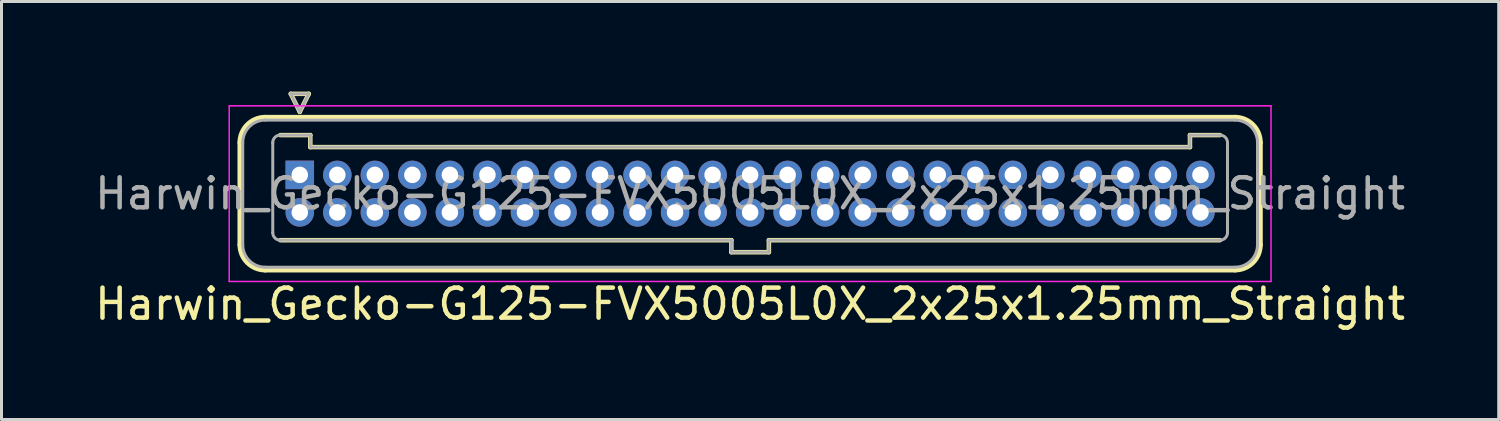
<source format=kicad_pcb>
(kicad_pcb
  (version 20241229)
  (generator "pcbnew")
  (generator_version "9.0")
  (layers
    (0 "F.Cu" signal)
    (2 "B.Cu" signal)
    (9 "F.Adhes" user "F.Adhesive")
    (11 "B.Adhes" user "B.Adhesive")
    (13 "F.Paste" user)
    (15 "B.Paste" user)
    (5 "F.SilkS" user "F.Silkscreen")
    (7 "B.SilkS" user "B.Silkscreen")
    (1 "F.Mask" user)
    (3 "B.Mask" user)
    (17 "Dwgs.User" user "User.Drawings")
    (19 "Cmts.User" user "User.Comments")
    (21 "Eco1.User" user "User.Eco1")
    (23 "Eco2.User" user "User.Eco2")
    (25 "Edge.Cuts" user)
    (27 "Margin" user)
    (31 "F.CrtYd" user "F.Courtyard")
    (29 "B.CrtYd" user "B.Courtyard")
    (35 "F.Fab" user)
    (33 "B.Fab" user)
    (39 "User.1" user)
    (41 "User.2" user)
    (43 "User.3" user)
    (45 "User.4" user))
  (footprint "Harwin_Gecko-G125-FVX5005L0X_2x25x1.25mm_Straight"
    (layer "F.Cu")
    (at 6.935 2.775)
    (property "Reference" "Harwin_Gecko-G125-FVX5005L0X_2x25x1.25mm_Straight" (at 15 4.3 0) (layer "F.SilkS") (effects (font (size 1 1) (thickness 0.15))))
    (attr through_hole)
    (fp_line (start -2 -1.075) (end -2 2.325) (stroke (width 0.15) (type solid)) (layer "F.SilkS"))
    (fp_line (start -1.15 -1.925) (end 31.15 -1.925) (stroke (width 0.15) (type solid)) (layer "F.SilkS"))
    (fp_line (start -1.15 3.175) (end 31.15 3.175) (stroke (width 0.15) (type solid)) (layer "F.SilkS"))
    (fp_line (start -0.65 -1.325) (end 0.35 -1.325) (stroke (width 0.15) (type solid)) (layer "F.SilkS"))
    (fp_line (start -0.65 2.175) (end 14.375 2.175) (stroke (width 0.15) (type solid)) (layer "F.SilkS"))
    (fp_line (start -0.3 -2.7) (end 0.3 -2.7) (stroke (width 0.15) (type solid)) (layer "F.SilkS"))
    (fp_line (start 0 -2.1) (end -0.3 -2.7) (stroke (width 0.15) (type solid)) (layer "F.SilkS"))
    (fp_line (start 0.3 -2.7) (end 0 -2.1) (stroke (width 0.15) (type solid)) (layer "F.SilkS"))
    (fp_line (start 0.35 -1.325) (end 0.35 -0.925) (stroke (width 0.15) (type solid)) (layer "F.SilkS"))
    (fp_line (start 0.35 -0.925) (end 29.65 -0.925) (stroke (width 0.15) (type solid)) (layer "F.SilkS"))
    (fp_line (start 14.375 2.175) (end 14.375 2.575) (stroke (width 0.15) (type solid)) (layer "F.SilkS"))
    (fp_line (start 14.375 2.575) (end 15.625 2.575) (stroke (width 0.15) (type solid)) (layer "F.SilkS"))
    (fp_line (start 15.625 2.175) (end 30.65 2.175) (stroke (width 0.15) (type solid)) (layer "F.SilkS"))
    (fp_line (start 15.625 2.575) (end 15.625 2.175) (stroke (width 0.15) (type solid)) (layer "F.SilkS"))
    (fp_line (start 29.65 -1.325) (end 30.65 -1.325) (stroke (width 0.15) (type solid)) (layer "F.SilkS"))
    (fp_line (start 29.65 -0.925) (end 29.65 -1.325) (stroke (width 0.15) (type solid)) (layer "F.SilkS"))
    (fp_line (start 32 -1.075) (end 32 2.325) (stroke (width 0.15) (type solid)) (layer "F.SilkS"))
    (fp_arc (start -2 -1.075) (mid -1.751041 -1.676041) (end -1.15 -1.925) (stroke (width 0.15) (type solid)) (layer "F.SilkS"))
    (fp_arc (start -1.15 3.175) (mid -1.751041 2.926041) (end -2 2.325) (stroke (width 0.15) (type solid)) (layer "F.SilkS"))
    (fp_arc (start 31.15 -1.925) (mid 31.751041 -1.676041) (end 32 -1.075) (stroke (width 0.15) (type solid)) (layer "F.SilkS"))
    (fp_arc (start 32 2.325) (mid 31.751041 2.926041) (end 31.15 3.175) (stroke (width 0.15) (type solid)) (layer "F.SilkS"))
    (fp_line (start -2.35 -2.3) (end -2.35 3.55) (stroke (width 0.05) (type solid)) (layer "F.CrtYd"))
    (fp_line (start -2.35 3.55) (end 32.35 3.55) (stroke (width 0.05) (type solid)) (layer "F.CrtYd"))
    (fp_line (start 32.35 -2.3) (end -2.35 -2.3) (stroke (width 0.05) (type solid)) (layer "F.CrtYd"))
    (fp_line (start 32.35 3.55) (end 32.35 -2.3) (stroke (width 0.05) (type solid)) (layer "F.CrtYd"))
    (fp_line (start -1.9 -1.075) (end -1.9 2.325) (stroke (width 0.1) (type solid)) (layer "F.Fab"))
    (fp_line (start -1.15 -1.825) (end 31.15 -1.825) (stroke (width 0.1) (type solid)) (layer "F.Fab"))
    (fp_line (start -1.15 3.075) (end 31.15 3.075) (stroke (width 0.1) (type solid)) (layer "F.Fab"))
    (fp_line (start -0.9 -1.075) (end -0.9 1.925) (stroke (width 0.1) (type solid)) (layer "F.Fab"))
    (fp_line (start -0.65 -1.325) (end 0.35 -1.325) (stroke (width 0.1) (type solid)) (layer "F.Fab"))
    (fp_line (start -0.65 2.175) (end 14.375 2.175) (stroke (width 0.1) (type solid)) (layer "F.Fab"))
    (fp_line (start -0.3 -2.7) (end 0.3 -2.7) (stroke (width 0.1) (type solid)) (layer "F.Fab"))
    (fp_line (start 0 -2.1) (end -0.3 -2.7) (stroke (width 0.1) (type solid)) (layer "F.Fab"))
    (fp_line (start 0.3 -2.7) (end 0 -2.1) (stroke (width 0.1) (type solid)) (layer "F.Fab"))
    (fp_line (start 0.35 -1.325) (end 0.35 -0.925) (stroke (width 0.1) (type solid)) (layer "F.Fab"))
    (fp_line (start 0.35 -0.925) (end 29.65 -0.925) (stroke (width 0.1) (type solid)) (layer "F.Fab"))
    (fp_line (start 14.375 2.175) (end 14.375 2.575) (stroke (width 0.1) (type solid)) (layer "F.Fab"))
    (fp_line (start 14.375 2.575) (end 15.625 2.575) (stroke (width 0.1) (type solid)) (layer "F.Fab"))
    (fp_line (start 15.625 2.175) (end 30.65 2.175) (stroke (width 0.1) (type solid)) (layer "F.Fab"))
    (fp_line (start 15.625 2.575) (end 15.625 2.175) (stroke (width 0.1) (type solid)) (layer "F.Fab"))
    (fp_line (start 29.65 -1.325) (end 30.65 -1.325) (stroke (width 0.1) (type solid)) (layer "F.Fab"))
    (fp_line (start 29.65 -0.925) (end 29.65 -1.325) (stroke (width 0.1) (type solid)) (layer "F.Fab"))
    (fp_line (start 30.9 -1.075) (end 30.9 1.925) (stroke (width 0.1) (type solid)) (layer "F.Fab"))
    (fp_line (start 31.9 -1.075) (end 31.9 2.325) (stroke (width 0.1) (type solid)) (layer "F.Fab"))
    (fp_arc (start -1.9 -1.075) (mid -1.68033 -1.60533) (end -1.15 -1.825) (stroke (width 0.1) (type solid)) (layer "F.Fab"))
    (fp_arc (start -1.15 3.075) (mid -1.68033 2.85533) (end -1.9 2.325) (stroke (width 0.1) (type solid)) (layer "F.Fab"))
    (fp_arc (start -0.9 -1.075) (mid -0.826777 -1.251777) (end -0.65 -1.325) (stroke (width 0.1) (type solid)) (layer "F.Fab"))
    (fp_arc (start -0.65 2.175) (mid -0.826777 2.101777) (end -0.9 1.925) (stroke (width 0.1) (type solid)) (layer "F.Fab"))
    (fp_arc (start 30.65 -1.325) (mid 30.826777 -1.251777) (end 30.9 -1.075) (stroke (width 0.1) (type solid)) (layer "F.Fab"))
    (fp_arc (start 30.9 1.925) (mid 30.826777 2.101777) (end 30.65 2.175) (stroke (width 0.1) (type solid)) (layer "F.Fab"))
    (fp_arc (start 31.15 -1.825) (mid 31.68033 -1.60533) (end 31.9 -1.075) (stroke (width 0.1) (type solid)) (layer "F.Fab"))
    (fp_arc (start 31.9 2.325) (mid 31.68033 2.85533) (end 31.15 3.075) (stroke (width 0.1) (type solid)) (layer "F.Fab"))
    (fp_text user "${REFERENCE}" (at 15 0.625 0) (layer "F.Fab") (effects (font (size 1 1) (thickness 0.15))))
    (pad "1" thru_hole rect (at 0 0) (size 0.95 0.95) (drill 0.55) (layers "*.Cu" "*.Mask"))
    (pad "2" thru_hole circle (at 1.25 0) (size 0.95 0.95) (drill 0.55) (layers "*.Cu" "*.Mask"))
    (pad "3" thru_hole circle (at 2.5 0) (size 0.95 0.95) (drill 0.55) (layers "*.Cu" "*.Mask"))
    (pad "4" thru_hole circle (at 3.75 0) (size 0.95 0.95) (drill 0.55) (layers "*.Cu" "*.Mask"))
    (pad "5" thru_hole circle (at 5 0) (size 0.95 0.95) (drill 0.55) (layers "*.Cu" "*.Mask"))
    (pad "6" thru_hole circle (at 6.25 0) (size 0.95 0.95) (drill 0.55) (layers "*.Cu" "*.Mask"))
    (pad "7" thru_hole circle (at 7.5 0) (size 0.95 0.95) (drill 0.55) (layers "*.Cu" "*.Mask"))
    (pad "8" thru_hole circle (at 8.75 0) (size 0.95 0.95) (drill 0.55) (layers "*.Cu" "*.Mask"))
    (pad "9" thru_hole circle (at 10 0) (size 0.95 0.95) (drill 0.55) (layers "*.Cu" "*.Mask"))
    (pad "10" thru_hole circle (at 11.25 0) (size 0.95 0.95) (drill 0.55) (layers "*.Cu" "*.Mask"))
    (pad "11" thru_hole circle (at 12.5 0) (size 0.95 0.95) (drill 0.55) (layers "*.Cu" "*.Mask"))
    (pad "12" thru_hole circle (at 13.75 0) (size 0.95 0.95) (drill 0.55) (layers "*.Cu" "*.Mask"))
    (pad "13" thru_hole circle (at 15 0) (size 0.95 0.95) (drill 0.55) (layers "*.Cu" "*.Mask"))
    (pad "14" thru_hole circle (at 16.25 0) (size 0.95 0.95) (drill 0.55) (layers "*.Cu" "*.Mask"))
    (pad "15" thru_hole circle (at 17.5 0) (size 0.95 0.95) (drill 0.55) (layers "*.Cu" "*.Mask"))
    (pad "16" thru_hole circle (at 18.75 0) (size 0.95 0.95) (drill 0.55) (layers "*.Cu" "*.Mask"))
    (pad "17" thru_hole circle (at 20 0) (size 0.95 0.95) (drill 0.55) (layers "*.Cu" "*.Mask"))
    (pad "18" thru_hole circle (at 21.25 0) (size 0.95 0.95) (drill 0.55) (layers "*.Cu" "*.Mask"))
    (pad "19" thru_hole circle (at 22.5 0) (size 0.95 0.95) (drill 0.55) (layers "*.Cu" "*.Mask"))
    (pad "20" thru_hole circle (at 23.75 0) (size 0.95 0.95) (drill 0.55) (layers "*.Cu" "*.Mask"))
    (pad "21" thru_hole circle (at 25 0) (size 0.95 0.95) (drill 0.55) (layers "*.Cu" "*.Mask"))
    (pad "22" thru_hole circle (at 26.25 0) (size 0.95 0.95) (drill 0.55) (layers "*.Cu" "*.Mask"))
    (pad "23" thru_hole circle (at 27.5 0) (size 0.95 0.95) (drill 0.55) (layers "*.Cu" "*.Mask"))
    (pad "24" thru_hole circle (at 28.75 0) (size 0.95 0.95) (drill 0.55) (layers "*.Cu" "*.Mask"))
    (pad "25" thru_hole circle (at 30 0) (size 0.95 0.95) (drill 0.55) (layers "*.Cu" "*.Mask"))
    (pad "26" thru_hole circle (at 0 1.25) (size 0.95 0.95) (drill 0.55) (layers "*.Cu" "*.Mask"))
    (pad "27" thru_hole circle (at 1.25 1.25) (size 0.95 0.95) (drill 0.55) (layers "*.Cu" "*.Mask"))
    (pad "28" thru_hole circle (at 2.5 1.25) (size 0.95 0.95) (drill 0.55) (layers "*.Cu" "*.Mask"))
    (pad "29" thru_hole circle (at 3.75 1.25) (size 0.95 0.95) (drill 0.55) (layers "*.Cu" "*.Mask"))
    (pad "30" thru_hole circle (at 5 1.25) (size 0.95 0.95) (drill 0.55) (layers "*.Cu" "*.Mask"))
    (pad "31" thru_hole circle (at 6.25 1.25) (size 0.95 0.95) (drill 0.55) (layers "*.Cu" "*.Mask"))
    (pad "32" thru_hole circle (at 7.5 1.25) (size 0.95 0.95) (drill 0.55) (layers "*.Cu" "*.Mask"))
    (pad "33" thru_hole circle (at 8.75 1.25) (size 0.95 0.95) (drill 0.55) (layers "*.Cu" "*.Mask"))
    (pad "34" thru_hole circle (at 10 1.25) (size 0.95 0.95) (drill 0.55) (layers "*.Cu" "*.Mask"))
    (pad "35" thru_hole circle (at 11.25 1.25) (size 0.95 0.95) (drill 0.55) (layers "*.Cu" "*.Mask"))
    (pad "36" thru_hole circle (at 12.5 1.25) (size 0.95 0.95) (drill 0.55) (layers "*.Cu" "*.Mask"))
    (pad "37" thru_hole circle (at 13.75 1.25) (size 0.95 0.95) (drill 0.55) (layers "*.Cu" "*.Mask"))
    (pad "38" thru_hole circle (at 15 1.25) (size 0.95 0.95) (drill 0.55) (layers "*.Cu" "*.Mask"))
    (pad "39" thru_hole circle (at 16.25 1.25) (size 0.95 0.95) (drill 0.55) (layers "*.Cu" "*.Mask"))
    (pad "40" thru_hole circle (at 17.5 1.25) (size 0.95 0.95) (drill 0.55) (layers "*.Cu" "*.Mask"))
    (pad "41" thru_hole circle (at 18.75 1.25) (size 0.95 0.95) (drill 0.55) (layers "*.Cu" "*.Mask"))
    (pad "42" thru_hole circle (at 20 1.25) (size 0.95 0.95) (drill 0.55) (layers "*.Cu" "*.Mask"))
    (pad "43" thru_hole circle (at 21.25 1.25) (size 0.95 0.95) (drill 0.55) (layers "*.Cu" "*.Mask"))
    (pad "44" thru_hole circle (at 22.5 1.25) (size 0.95 0.95) (drill 0.55) (layers "*.Cu" "*.Mask"))
    (pad "45" thru_hole circle (at 23.75 1.25) (size 0.95 0.95) (drill 0.55) (layers "*.Cu" "*.Mask"))
    (pad "46" thru_hole circle (at 25 1.25) (size 0.95 0.95) (drill 0.55) (layers "*.Cu" "*.Mask"))
    (pad "47" thru_hole circle (at 26.25 1.25) (size 0.95 0.95) (drill 0.55) (layers "*.Cu" "*.Mask"))
    (pad "48" thru_hole circle (at 27.5 1.25) (size 0.95 0.95) (drill 0.55) (layers "*.Cu" "*.Mask"))
    (pad "49" thru_hole circle (at 28.75 1.25) (size 0.95 0.95) (drill 0.55) (layers "*.Cu" "*.Mask"))
    (pad "50" thru_hole circle (at 30 1.25) (size 0.95 0.95) (drill 0.55) (layers "*.Cu" "*.Mask")))
  (gr_rect
    (start -3 -3)
    (end 46.869 10.923)
    (stroke (width 0.1) (type default))
    (fill no)
    (layer "Edge.Cuts")))
</source>
